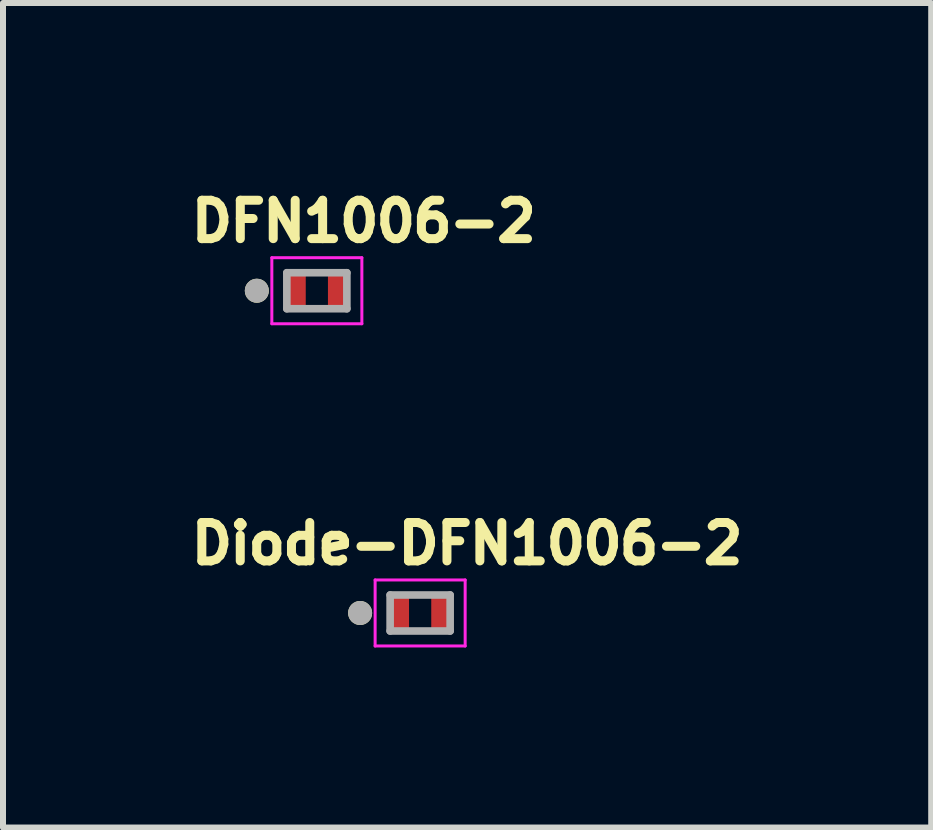
<source format=kicad_pcb>
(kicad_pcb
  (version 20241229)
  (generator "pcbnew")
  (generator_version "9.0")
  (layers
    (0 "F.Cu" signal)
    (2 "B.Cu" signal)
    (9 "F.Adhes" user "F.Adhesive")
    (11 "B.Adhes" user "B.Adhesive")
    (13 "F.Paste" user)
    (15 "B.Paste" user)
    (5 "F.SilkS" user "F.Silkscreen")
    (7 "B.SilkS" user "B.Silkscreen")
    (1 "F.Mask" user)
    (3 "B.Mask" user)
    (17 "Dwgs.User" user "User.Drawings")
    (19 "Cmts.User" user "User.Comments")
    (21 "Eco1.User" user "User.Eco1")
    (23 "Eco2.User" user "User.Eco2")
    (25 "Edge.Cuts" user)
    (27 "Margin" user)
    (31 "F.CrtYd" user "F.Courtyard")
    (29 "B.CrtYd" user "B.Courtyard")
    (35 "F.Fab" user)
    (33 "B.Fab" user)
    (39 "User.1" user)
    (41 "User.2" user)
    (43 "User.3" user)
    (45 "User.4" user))
  (footprint "DFN1006-2"
    (layer "F.Cu")
    (at 2.229 1.794)
    (property "Reference" "DFN1006-2" (at 0.782 -1.156 0) (layer "F.SilkS") (effects (font (size 0.64 0.64) (thickness 0.15))))
    (attr smd)
    (fp_circle (center -1 0) (end -0.9 0) (stroke (width 0.2) (type solid)) (fill no) (layer "F.SilkS"))
    (fp_line (start -0.75 -0.55) (end 0.75 -0.55) (stroke (width 0.05) (type solid)) (layer "F.CrtYd"))
    (fp_line (start -0.75 0.55) (end -0.75 -0.55) (stroke (width 0.05) (type solid)) (layer "F.CrtYd"))
    (fp_line (start 0.75 -0.55) (end 0.75 0.55) (stroke (width 0.05) (type solid)) (layer "F.CrtYd"))
    (fp_line (start 0.75 0.55) (end -0.75 0.55) (stroke (width 0.05) (type solid)) (layer "F.CrtYd"))
    (fp_line (start -0.5 -0.3) (end 0.5 -0.3) (stroke (width 0.127) (type solid)) (layer "F.Fab"))
    (fp_line (start -0.5 0.3) (end -0.5 -0.3) (stroke (width 0.127) (type solid)) (layer "F.Fab"))
    (fp_line (start 0.5 -0.3) (end 0.5 0.3) (stroke (width 0.127) (type solid)) (layer "F.Fab"))
    (fp_line (start 0.5 0.3) (end -0.5 0.3) (stroke (width 0.127) (type solid)) (layer "F.Fab"))
    (fp_circle (center -1 0) (end -0.9 0) (stroke (width 0.2) (type solid)) (fill no) (layer "F.Fab"))
    (pad "1" smd rect (at -0.325 0) (size 0.28 0.52) (layers "F.Cu" "F.Mask" "F.Paste"))
    (pad "2" smd rect (at 0.325 0) (size 0.28 0.52) (layers "F.Cu" "F.Mask" "F.Paste")))
  (footprint "Diode-DFN1006-2"
    (layer "F.Cu")
    (at 3.95 7.163)
    (property "Reference" "Diode-DFN1006-2" (at 0.782 -1.156 0) (layer "F.SilkS") (effects (font (size 0.64 0.64) (thickness 0.15))))
    (attr smd)
    (fp_circle (center -1 0) (end -0.9 0) (stroke (width 0.2) (type solid)) (fill no) (layer "F.SilkS"))
    (fp_line (start -0.75 -0.55) (end 0.75 -0.55) (stroke (width 0.05) (type solid)) (layer "F.CrtYd"))
    (fp_line (start -0.75 0.55) (end -0.75 -0.55) (stroke (width 0.05) (type solid)) (layer "F.CrtYd"))
    (fp_line (start 0.75 -0.55) (end 0.75 0.55) (stroke (width 0.05) (type solid)) (layer "F.CrtYd"))
    (fp_line (start 0.75 0.55) (end -0.75 0.55) (stroke (width 0.05) (type solid)) (layer "F.CrtYd"))
    (fp_line (start -0.5 -0.3) (end 0.5 -0.3) (stroke (width 0.127) (type solid)) (layer "F.Fab"))
    (fp_line (start -0.5 0.3) (end -0.5 -0.3) (stroke (width 0.127) (type solid)) (layer "F.Fab"))
    (fp_line (start 0.5 -0.3) (end 0.5 0.3) (stroke (width 0.127) (type solid)) (layer "F.Fab"))
    (fp_line (start 0.5 0.3) (end -0.5 0.3) (stroke (width 0.127) (type solid)) (layer "F.Fab"))
    (fp_circle (center -1 0) (end -0.9 0) (stroke (width 0.2) (type solid)) (fill no) (layer "F.Fab"))
    (pad "1" smd rect (at -0.325 0) (size 0.28 0.52) (layers "F.Cu" "F.Mask" "F.Paste"))
    (pad "2" smd rect (at 0.325 0) (size 0.28 0.52) (layers "F.Cu" "F.Mask" "F.Paste")))
  (gr_rect
    (start -3 -3)
    (end 12.465 10.738)
    (stroke (width 0.1) (type default))
    (fill no)
    (layer "Edge.Cuts")))
</source>
